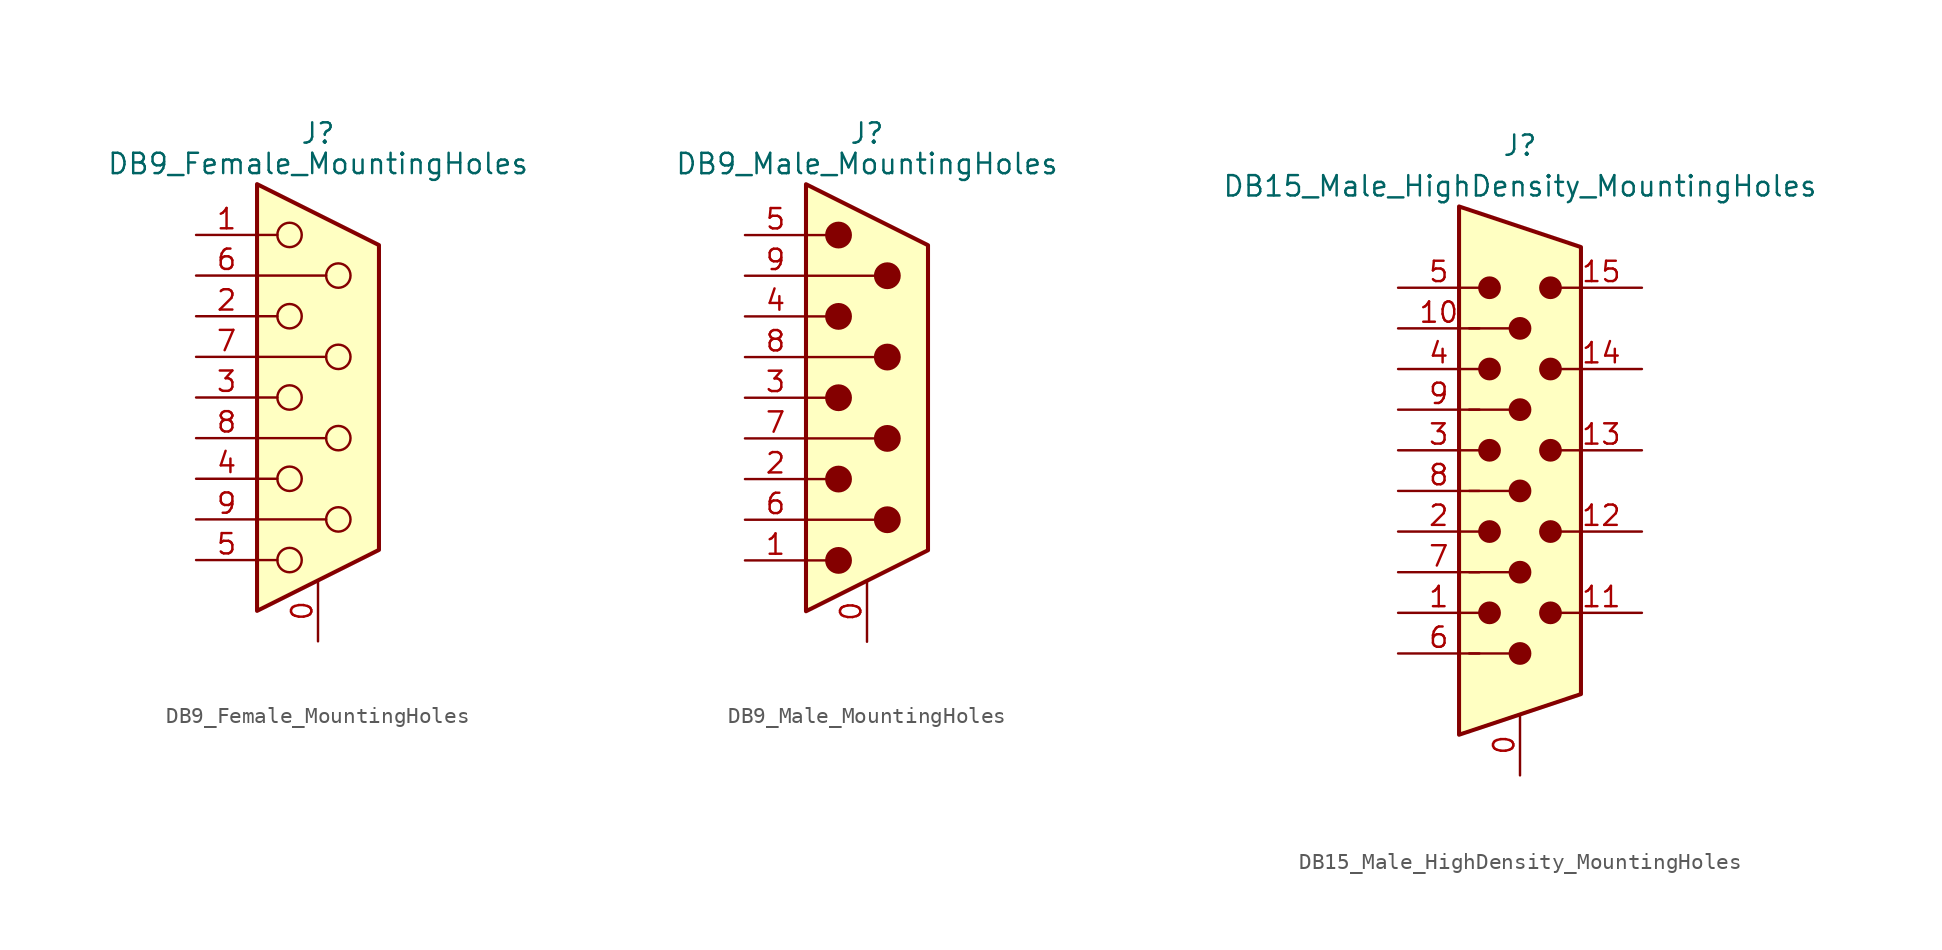
<source format=kicad_sym>
(kicad_symbol_lib
  (version 20201005)
  (generator kicad_symbol_editor)
  (symbol "Connector:DB9_Female_MountingHoles"
    (pin_names
      (offset 1.016) hide)
    (property "Reference" "J"
      (at 0 16.51 0)
      (effects (font (size 1.27 1.27))))
    (property "Value" "DB9_Female_MountingHoles"
      (at 0 14.605 0)
      (effects (font (size 1.27 1.27))))
    (symbol "DB9_Female_MountingHoles_0_1"
      (circle (center -1.778 -10.16) (radius 0.762) (stroke (width 0)) (fill (type none)))
      (circle (center -1.778 -5.08) (radius 0.762) (stroke (width 0)) (fill (type none)))
      (circle (center -1.778 0) (radius 0.762) (stroke (width 0)) (fill (type none)))
      (circle (center -1.778 5.08) (radius 0.762) (stroke (width 0)) (fill (type none)))
      (circle (center -1.778 10.16) (radius 0.762) (stroke (width 0)) (fill (type none)))
      (circle (center 1.27 -7.62) (radius 0.762) (stroke (width 0)) (fill (type none)))
      (circle (center 1.27 -2.54) (radius 0.762) (stroke (width 0)) (fill (type none)))
      (circle (center 1.27 2.54) (radius 0.762) (stroke (width 0)) (fill (type none)))
      (circle (center 1.27 7.62) (radius 0.762) (stroke (width 0)) (fill (type none)))
      (polyline (pts (xy -3.81 -10.16) (xy -2.54 -10.16)) (stroke (width 0)) (fill (type none)))
      (polyline (pts (xy -3.81 -7.62) (xy 0.508 -7.62)) (stroke (width 0)) (fill (type none)))
      (polyline (pts (xy -3.81 -5.08) (xy -2.54 -5.08)) (stroke (width 0)) (fill (type none)))
      (polyline (pts (xy -3.81 -2.54) (xy 0.508 -2.54)) (stroke (width 0)) (fill (type none)))
      (polyline (pts (xy -3.81 0) (xy -2.54 0)) (stroke (width 0)) (fill (type none)))
      (polyline (pts (xy -3.81 2.54) (xy 0.508 2.54)) (stroke (width 0)) (fill (type none)))
      (polyline (pts (xy -3.81 5.08) (xy -2.54 5.08)) (stroke (width 0)) (fill (type none)))
      (polyline (pts (xy -3.81 7.62) (xy 0.508 7.62)) (stroke (width 0)) (fill (type none)))
      (polyline (pts (xy -3.81 10.16) (xy -2.54 10.16)) (stroke (width 0)) (fill (type none)))
      (polyline (pts (xy -3.81 13.335) (xy -3.81 -13.335) (xy 3.81 -9.525) (xy 3.81 9.525) (xy -3.81 13.335)) (stroke (width 0.254)) (fill (type background))))
    (symbol "DB9_Female_MountingHoles_1_1"
      (pin passive line (at 0 -15.24 90) (length 3.81) (name "PAD" (effects (font (size 1.27 1.27)))) (number "0" (effects (font (size 1.27 1.27)))))
      (pin passive line (at -7.62 10.16 0) (length 3.81) (name "1" (effects (font (size 1.27 1.27)))) (number "1" (effects (font (size 1.27 1.27)))))
      (pin passive line (at -7.62 5.08 0) (length 3.81) (name "2" (effects (font (size 1.27 1.27)))) (number "2" (effects (font (size 1.27 1.27)))))
      (pin passive line (at -7.62 0 0) (length 3.81) (name "3" (effects (font (size 1.27 1.27)))) (number "3" (effects (font (size 1.27 1.27)))))
      (pin passive line (at -7.62 -5.08 0) (length 3.81) (name "4" (effects (font (size 1.27 1.27)))) (number "4" (effects (font (size 1.27 1.27)))))
      (pin passive line (at -7.62 -10.16 0) (length 3.81) (name "5" (effects (font (size 1.27 1.27)))) (number "5" (effects (font (size 1.27 1.27)))))
      (pin passive line (at -7.62 7.62 0) (length 3.81) (name "6" (effects (font (size 1.27 1.27)))) (number "6" (effects (font (size 1.27 1.27)))))
      (pin passive line (at -7.62 2.54 0) (length 3.81) (name "7" (effects (font (size 1.27 1.27)))) (number "7" (effects (font (size 1.27 1.27)))))
      (pin passive line (at -7.62 -2.54 0) (length 3.81) (name "8" (effects (font (size 1.27 1.27)))) (number "8" (effects (font (size 1.27 1.27)))))
      (pin passive line (at -7.62 -7.62 0) (length 3.81) (name "9" (effects (font (size 1.27 1.27)))) (number "9" (effects (font (size 1.27 1.27)))))))
  (symbol "Connector:DB9_Male_MountingHoles"
    (pin_names
      (offset 1.016) hide)
    (property "Reference" "J"
      (at 0 16.51 0)
      (effects (font (size 1.27 1.27))))
    (property "Value" "DB9_Male_MountingHoles"
      (at 0 14.605 0)
      (effects (font (size 1.27 1.27))))
    (symbol "DB9_Male_MountingHoles_0_1"
      (circle (center -1.778 -10.16) (radius 0.762) (stroke (width 0)) (fill (type outline)))
      (circle (center -1.778 -5.08) (radius 0.762) (stroke (width 0)) (fill (type outline)))
      (circle (center -1.778 0) (radius 0.762) (stroke (width 0)) (fill (type outline)))
      (circle (center -1.778 5.08) (radius 0.762) (stroke (width 0)) (fill (type outline)))
      (circle (center -1.778 10.16) (radius 0.762) (stroke (width 0)) (fill (type outline)))
      (circle (center 1.27 -7.62) (radius 0.762) (stroke (width 0)) (fill (type outline)))
      (circle (center 1.27 -2.54) (radius 0.762) (stroke (width 0)) (fill (type outline)))
      (circle (center 1.27 2.54) (radius 0.762) (stroke (width 0)) (fill (type outline)))
      (circle (center 1.27 7.62) (radius 0.762) (stroke (width 0)) (fill (type outline)))
      (polyline (pts (xy -3.81 -10.16) (xy -2.54 -10.16)) (stroke (width 0)) (fill (type none)))
      (polyline (pts (xy -3.81 -7.62) (xy 0.508 -7.62)) (stroke (width 0)) (fill (type none)))
      (polyline (pts (xy -3.81 -5.08) (xy -2.54 -5.08)) (stroke (width 0)) (fill (type none)))
      (polyline (pts (xy -3.81 -2.54) (xy 0.508 -2.54)) (stroke (width 0)) (fill (type none)))
      (polyline (pts (xy -3.81 0) (xy -2.54 0)) (stroke (width 0)) (fill (type none)))
      (polyline (pts (xy -3.81 2.54) (xy 0.508 2.54)) (stroke (width 0)) (fill (type none)))
      (polyline (pts (xy -3.81 5.08) (xy -2.54 5.08)) (stroke (width 0)) (fill (type none)))
      (polyline (pts (xy -3.81 7.62) (xy 0.508 7.62)) (stroke (width 0)) (fill (type none)))
      (polyline (pts (xy -3.81 10.16) (xy -2.54 10.16)) (stroke (width 0)) (fill (type none)))
      (polyline (pts (xy -3.81 -13.335) (xy -3.81 13.335) (xy 3.81 9.525) (xy 3.81 -9.525) (xy -3.81 -13.335)) (stroke (width 0.254)) (fill (type background))))
    (symbol "DB9_Male_MountingHoles_1_1"
      (pin passive line (at 0 -15.24 90) (length 3.81) (name "PAD" (effects (font (size 1.27 1.27)))) (number "0" (effects (font (size 1.27 1.27)))))
      (pin passive line (at -7.62 -10.16 0) (length 3.81) (name "1" (effects (font (size 1.27 1.27)))) (number "1" (effects (font (size 1.27 1.27)))))
      (pin passive line (at -7.62 -5.08 0) (length 3.81) (name "2" (effects (font (size 1.27 1.27)))) (number "2" (effects (font (size 1.27 1.27)))))
      (pin passive line (at -7.62 0 0) (length 3.81) (name "3" (effects (font (size 1.27 1.27)))) (number "3" (effects (font (size 1.27 1.27)))))
      (pin passive line (at -7.62 5.08 0) (length 3.81) (name "4" (effects (font (size 1.27 1.27)))) (number "4" (effects (font (size 1.27 1.27)))))
      (pin passive line (at -7.62 10.16 0) (length 3.81) (name "5" (effects (font (size 1.27 1.27)))) (number "5" (effects (font (size 1.27 1.27)))))
      (pin passive line (at -7.62 -7.62 0) (length 3.81) (name "6" (effects (font (size 1.27 1.27)))) (number "6" (effects (font (size 1.27 1.27)))))
      (pin passive line (at -7.62 -2.54 0) (length 3.81) (name "7" (effects (font (size 1.27 1.27)))) (number "7" (effects (font (size 1.27 1.27)))))
      (pin passive line (at -7.62 2.54 0) (length 3.81) (name "8" (effects (font (size 1.27 1.27)))) (number "8" (effects (font (size 1.27 1.27)))))
      (pin passive line (at -7.62 7.62 0) (length 3.81) (name "9" (effects (font (size 1.27 1.27)))) (number "9" (effects (font (size 1.27 1.27)))))))
  (symbol "Connector:DB15_Male_HighDensity_MountingHoles"
    (pin_names
      (offset 1.016) hide)
    (property "Reference" "J"
      (at 0 21.59 0)
      (effects (font (size 1.27 1.27))))
    (property "Value" "DB15_Male_HighDensity_MountingHoles"
      (at 0 19.05 0)
      (effects (font (size 1.27 1.27))))
    (symbol "DB15_Male_HighDensity_MountingHoles_0_1"
      (circle (center -1.905 -7.62) (radius 0.635) (stroke (width 0)) (fill (type outline)))
      (circle (center -1.905 -2.54) (radius 0.635) (stroke (width 0)) (fill (type outline)))
      (circle (center -1.905 2.54) (radius 0.635) (stroke (width 0)) (fill (type outline)))
      (circle (center -1.905 7.62) (radius 0.635) (stroke (width 0)) (fill (type outline)))
      (circle (center -1.905 12.7) (radius 0.635) (stroke (width 0)) (fill (type outline)))
      (circle (center 0 -10.16) (radius 0.635) (stroke (width 0)) (fill (type outline)))
      (circle (center 0 -5.08) (radius 0.635) (stroke (width 0)) (fill (type outline)))
      (circle (center 0 0) (radius 0.635) (stroke (width 0)) (fill (type outline)))
      (circle (center 0 5.08) (radius 0.635) (stroke (width 0)) (fill (type outline)))
      (circle (center 0 10.16) (radius 0.635) (stroke (width 0)) (fill (type outline)))
      (circle (center 1.905 -7.62) (radius 0.635) (stroke (width 0)) (fill (type outline)))
      (circle (center 1.905 -2.54) (radius 0.635) (stroke (width 0)) (fill (type outline)))
      (circle (center 1.905 2.54) (radius 0.635) (stroke (width 0)) (fill (type outline)))
      (circle (center 1.905 7.62) (radius 0.635) (stroke (width 0)) (fill (type outline)))
      (circle (center 1.905 12.7) (radius 0.635) (stroke (width 0)) (fill (type outline)))
      (polyline (pts (xy -3.175 -5.08) (xy -0.635 -5.08)) (stroke (width 0)) (fill (type none)))
      (polyline (pts (xy -0.635 -10.16) (xy -3.175 -10.16)) (stroke (width 0)) (fill (type none)))
      (polyline (pts (xy -0.635 0) (xy -3.175 0)) (stroke (width 0)) (fill (type none)))
      (polyline (pts (xy -0.635 5.08) (xy -3.175 5.08)) (stroke (width 0)) (fill (type none)))
      (polyline (pts (xy -0.635 10.16) (xy -3.175 10.16)) (stroke (width 0)) (fill (type none)))
      (polyline (pts (xy -3.81 17.78) (xy -3.81 -15.24) (xy 3.81 -12.7) (xy 3.81 15.24) (xy -3.81 17.78)) (stroke (width 0.254)) (fill (type background))))
    (symbol "DB15_Male_HighDensity_MountingHoles_1_1"
      (pin passive line (at 0 -17.78 90) (length 3.81) (name "~" (effects (font (size 1.27 1.27)))) (number "0" (effects (font (size 1.27 1.27)))))
      (pin passive line (at -7.62 -7.62 0) (length 5.08) (name "~" (effects (font (size 1.27 1.27)))) (number "1" (effects (font (size 1.27 1.27)))))
      (pin passive line (at -7.62 10.16 0) (length 5.08) (name "~" (effects (font (size 1.27 1.27)))) (number "10" (effects (font (size 1.27 1.27)))))
      (pin passive line (at 7.62 -7.62 180) (length 5.08) (name "~" (effects (font (size 1.27 1.27)))) (number "11" (effects (font (size 1.27 1.27)))))
      (pin passive line (at 7.62 -2.54 180) (length 5.08) (name "~" (effects (font (size 1.27 1.27)))) (number "12" (effects (font (size 1.27 1.27)))))
      (pin passive line (at 7.62 2.54 180) (length 5.08) (name "~" (effects (font (size 1.27 1.27)))) (number "13" (effects (font (size 1.27 1.27)))))
      (pin passive line (at 7.62 7.62 180) (length 5.08) (name "~" (effects (font (size 1.27 1.27)))) (number "14" (effects (font (size 1.27 1.27)))))
      (pin passive line (at 7.62 12.7 180) (length 5.08) (name "~" (effects (font (size 1.27 1.27)))) (number "15" (effects (font (size 1.27 1.27)))))
      (pin passive line (at -7.62 -2.54 0) (length 5.08) (name "~" (effects (font (size 1.27 1.27)))) (number "2" (effects (font (size 1.27 1.27)))))
      (pin passive line (at -7.62 2.54 0) (length 5.08) (name "~" (effects (font (size 1.27 1.27)))) (number "3" (effects (font (size 1.27 1.27)))))
      (pin passive line (at -7.62 7.62 0) (length 5.08) (name "~" (effects (font (size 1.27 1.27)))) (number "4" (effects (font (size 1.27 1.27)))))
      (pin passive line (at -7.62 12.7 0) (length 5.08) (name "~" (effects (font (size 1.27 1.27)))) (number "5" (effects (font (size 1.27 1.27)))))
      (pin passive line (at -7.62 -10.16 0) (length 5.08) (name "~" (effects (font (size 1.27 1.27)))) (number "6" (effects (font (size 1.27 1.27)))))
      (pin passive line (at -7.62 -5.08 0) (length 5.08) (name "~" (effects (font (size 1.27 1.27)))) (number "7" (effects (font (size 1.27 1.27)))))
      (pin passive line (at -7.62 0 0) (length 5.08) (name "~" (effects (font (size 1.27 1.27)))) (number "8" (effects (font (size 1.27 1.27)))))
      (pin passive line (at -7.62 5.08 0) (length 5.08) (name "~" (effects (font (size 1.27 1.27)))) (number "9" (effects (font (size 1.27 1.27))))))))
</source>
